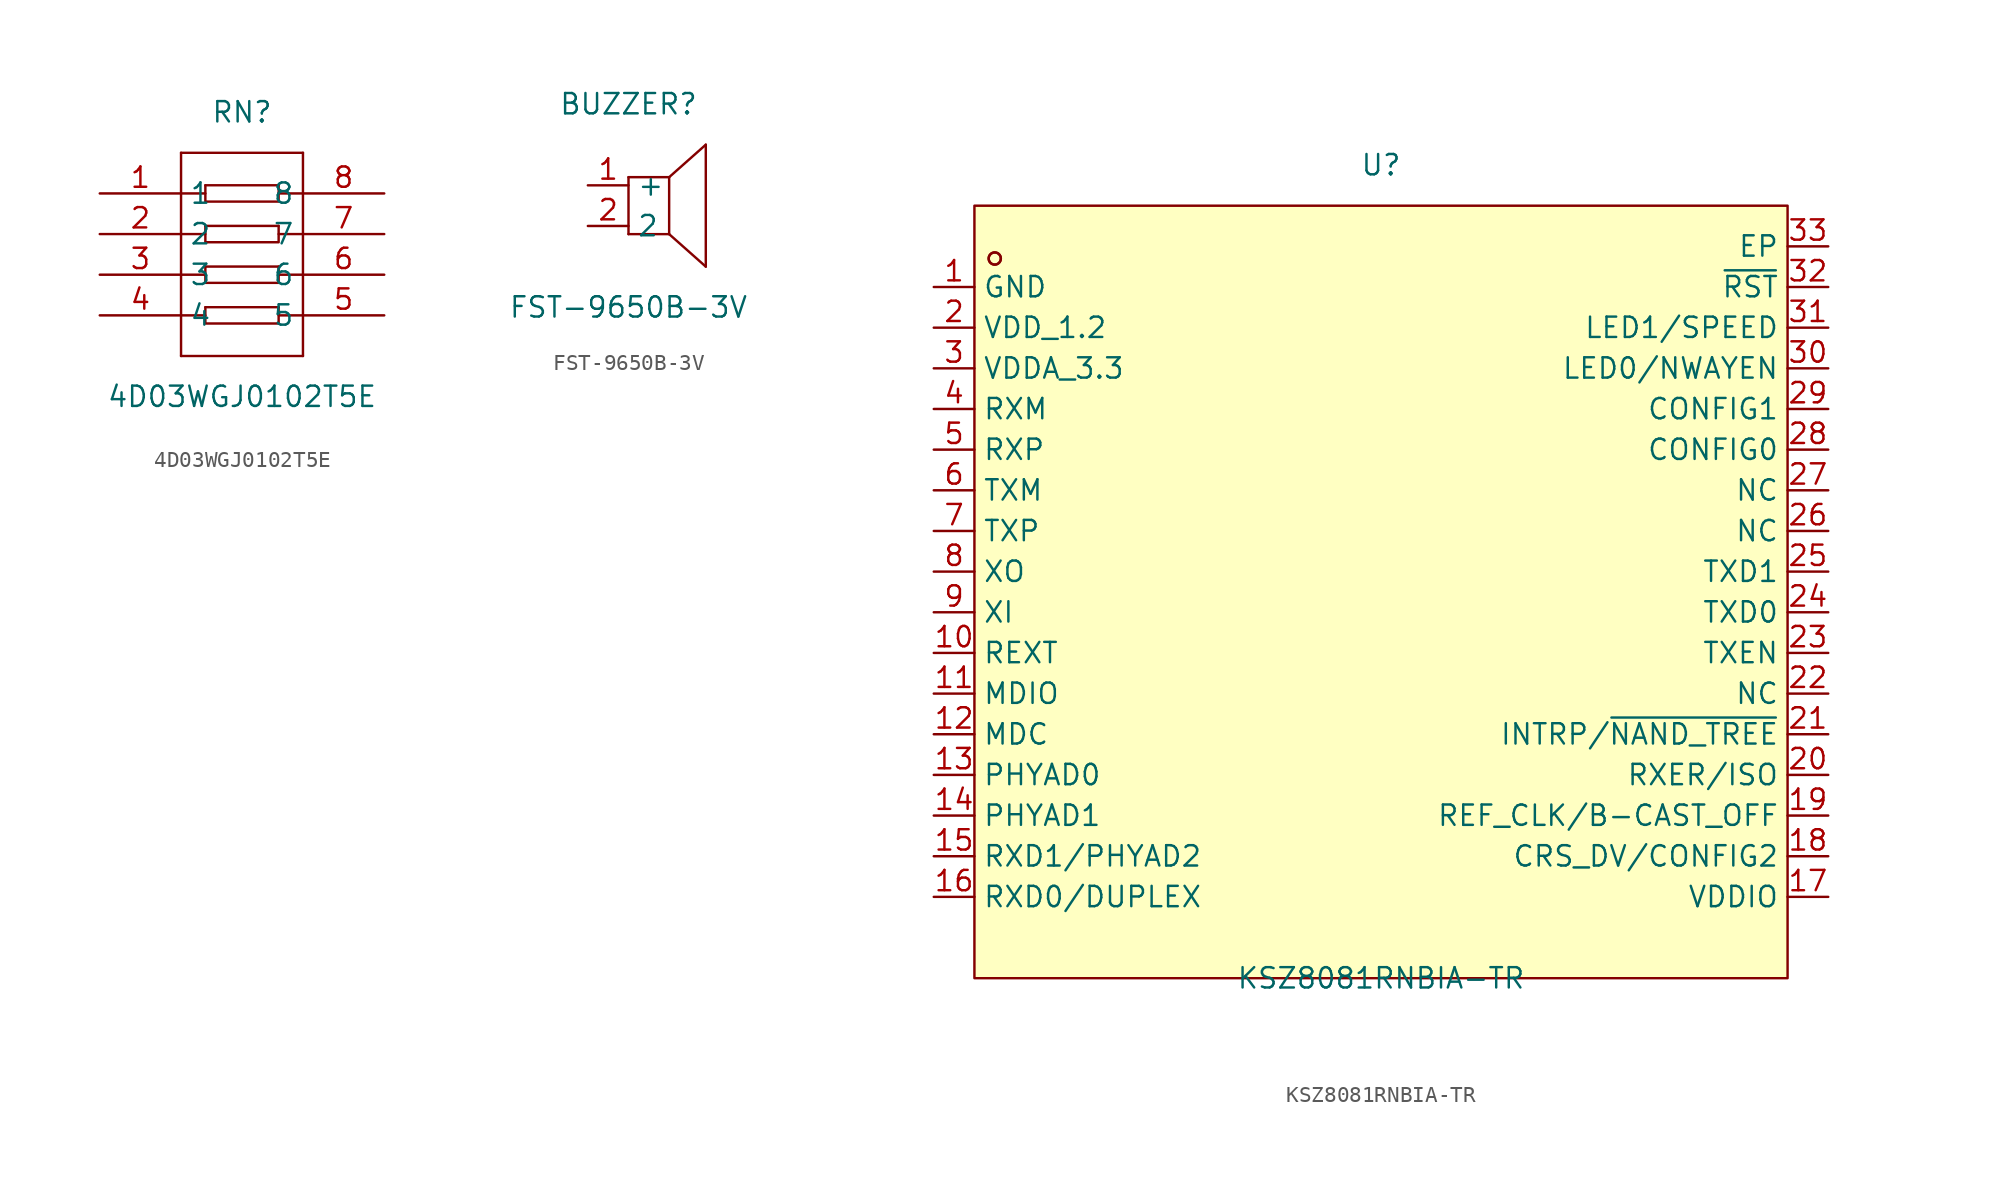
<source format=kicad_sym>
(kicad_symbol_lib
  (version 20211014)
  (generator https://github.com/uPesy/easyeda2kicad.py)
  (symbol "4D03WGJ0102T5E"
    (property "Reference" "RN"
      (at 0 8.89 0)
      (effects (font (size 1.27 1.27))))
    (property "Value" "4D03WGJ0102T5E"
      (at 0 -8.89 0)
      (effects (font (size 1.27 1.27))))
    (symbol "4D03WGJ0102T5E_0_1"
      (polyline (pts (xy -3.81 -3.81) (xy -2.29 -3.81)) (stroke (width 0) (type default) (color 0 0 0 0)) (fill (type none)))
      (polyline (pts (xy -3.81 6.35) (xy -3.81 -6.35)) (stroke (width 0) (type default) (color 0 0 0 0)) (fill (type none)))
      (polyline (pts (xy 3.81 6.35) (xy 3.81 -6.35)) (stroke (width 0) (type default) (color 0 0 0 0)) (fill (type none)))
      (polyline (pts (xy -3.81 3.81) (xy -2.29 3.81)) (stroke (width 0) (type default) (color 0 0 0 0)) (fill (type none)))
      (polyline (pts (xy -3.81 -1.27) (xy -2.29 -1.27)) (stroke (width 0) (type default) (color 0 0 0 0)) (fill (type none)))
      (polyline (pts (xy -3.81 6.35) (xy 3.81 6.35)) (stroke (width 0) (type default) (color 0 0 0 0)) (fill (type none)))
      (polyline (pts (xy -3.81 1.27) (xy -2.29 1.27)) (stroke (width 0) (type default) (color 0 0 0 0)) (fill (type none)))
      (polyline (pts (xy -2.29 4.32) (xy 2.29 4.32)) (stroke (width 0) (type default) (color 0 0 0 0)) (fill (type none)))
      (polyline (pts (xy -2.29 4.32) (xy -2.29 3.30) (xy 2.29 3.30) (xy 2.29 4.32)) (stroke (width 0) (type default) (color 0 0 0 0)) (fill (type none)))
      (polyline (pts (xy -2.29 1.78) (xy 2.29 1.78)) (stroke (width 0) (type default) (color 0 0 0 0)) (fill (type none)))
      (polyline (pts (xy -2.29 1.78) (xy -2.29 0.76) (xy 2.29 0.76) (xy 2.29 1.78)) (stroke (width 0) (type default) (color 0 0 0 0)) (fill (type none)))
      (polyline (pts (xy -2.29 -0.76) (xy 2.29 -0.76)) (stroke (width 0) (type default) (color 0 0 0 0)) (fill (type none)))
      (polyline (pts (xy -2.29 -0.76) (xy -2.29 -1.78) (xy 2.29 -1.78) (xy 2.29 -0.76)) (stroke (width 0) (type default) (color 0 0 0 0)) (fill (type none)))
      (polyline (pts (xy -2.29 -3.30) (xy 2.29 -3.30)) (stroke (width 0) (type default) (color 0 0 0 0)) (fill (type none)))
      (polyline (pts (xy -2.29 -3.30) (xy -2.29 -4.32) (xy 2.29 -4.32) (xy 2.29 -3.30)) (stroke (width 0) (type default) (color 0 0 0 0)) (fill (type none)))
      (polyline (pts (xy 2.29 3.81) (xy 3.81 3.81)) (stroke (width 0) (type default) (color 0 0 0 0)) (fill (type none)))
      (polyline (pts (xy 2.29 1.27) (xy 3.81 1.27)) (stroke (width 0) (type default) (color 0 0 0 0)) (fill (type none)))
      (polyline (pts (xy 2.29 -1.27) (xy 3.81 -1.27)) (stroke (width 0) (type default) (color 0 0 0 0)) (fill (type none)))
      (polyline (pts (xy 2.29 -3.81) (xy 3.81 -3.81)) (stroke (width 0) (type default) (color 0 0 0 0)) (fill (type none)))
      (polyline (pts (xy -3.81 -6.35) (xy 3.81 -6.35)) (stroke (width 0) (type default) (color 0 0 0 0)) (fill (type none)))
      (pin input line (at -8.89 3.81 0) (length 5.08) (name "1" (effects (font (size 1.27 1.27)))) (number "1" (effects (font (size 1.27 1.27)))))
      (pin input line (at -8.89 1.27 0) (length 5.08) (name "2" (effects (font (size 1.27 1.27)))) (number "2" (effects (font (size 1.27 1.27)))))
      (pin input line (at -8.89 -1.27 0) (length 5.08) (name "3" (effects (font (size 1.27 1.27)))) (number "3" (effects (font (size 1.27 1.27)))))
      (pin input line (at -8.89 -3.81 0) (length 5.08) (name "4" (effects (font (size 1.27 1.27)))) (number "4" (effects (font (size 1.27 1.27)))))
      (pin input line (at 8.89 -3.81 180) (length 5.08) (name "5" (effects (font (size 1.27 1.27)))) (number "5" (effects (font (size 1.27 1.27)))))
      (pin input line (at 8.89 -1.27 180) (length 5.08) (name "6" (effects (font (size 1.27 1.27)))) (number "6" (effects (font (size 1.27 1.27)))))
      (pin input line (at 8.89 1.27 180) (length 5.08) (name "7" (effects (font (size 1.27 1.27)))) (number "7" (effects (font (size 1.27 1.27)))))
      (pin input line (at 8.89 3.81 180) (length 5.08) (name "8" (effects (font (size 1.27 1.27)))) (number "8" (effects (font (size 1.27 1.27)))))))
  (symbol "FST-9650B-3V"
    (property "Reference" "BUZZER"
      (at 0 7.62 0)
      (effects (font (size 1.27 1.27))))
    (property "Value" "FST-9650B-3V"
      (at 0 -5.08 0)
      (effects (font (size 1.27 1.27))))
    (symbol "FST-9650B-3V_0_1"
      (polyline (pts (xy 4.83 5.08) (xy 2.54 3.05)) (stroke (width 0) (type default) (color 0 0 0 0)) (fill (type none)))
      (polyline (pts (xy 2.54 -0.51) (xy 4.83 -2.54)) (stroke (width 0) (type default) (color 0 0 0 0)) (fill (type none)))
      (polyline (pts (xy 4.83 5.08) (xy 4.83 -2.54)) (stroke (width 0) (type default) (color 0 0 0 0)) (fill (type none)))
      (polyline (pts (xy 2.54 3.05) (xy 2.54 -0.51)) (stroke (width 0) (type default) (color 0 0 0 0)) (fill (type none)))
      (polyline (pts (xy 0.00 3.05) (xy 0.00 -0.51)) (stroke (width 0) (type default) (color 0 0 0 0)) (fill (type none)))
      (polyline (pts (xy 0.00 -0.51) (xy 2.54 -0.51)) (stroke (width 0) (type default) (color 0 0 0 0)) (fill (type none)))
      (polyline (pts (xy 0.00 3.05) (xy 2.54 3.05)) (stroke (width 0) (type default) (color 0 0 0 0)) (fill (type none)))
      (pin unspecified line (at -2.54 2.54 0) (length 2.54) (name "+" (effects (font (size 1.27 1.27)))) (number "1" (effects (font (size 1.27 1.27)))))
      (pin unspecified line (at -2.54 -0.00 0) (length 2.54) (name "2" (effects (font (size 1.27 1.27)))) (number "2" (effects (font (size 1.27 1.27)))))))
  (symbol "KSZ8081RNBIA-TR"
    (property "Reference" "U"
      (at 0 27.94 0)
      (effects (font (size 1.27 1.27))))
    (property "Value" "KSZ8081RNBIA-TR"
      (at 0 -22.86 0)
      (effects (font (size 1.27 1.27))))
    (symbol "KSZ8081RNBIA-TR_0_1"
      (rectangle (start -25.40 25.40) (end 25.40 -22.86) (stroke (width 0) (type default) (color 0 0 0 0)) (fill (type background)))
      (circle (center -24.13 22.10) (radius 0.38) (stroke (width 0) (type default) (color 0 0 0 0)) (fill (type none)))
      (circle (center -24.13 22.10) (radius 0.38) (stroke (width 0) (type default) (color 0 0 0 0)) (fill (type none)))
      (pin unspecified line (at -27.94 20.32 0) (length 2.54) (name "GND" (effects (font (size 1.27 1.27)))) (number "1" (effects (font (size 1.27 1.27)))))
      (pin unspecified line (at -27.94 17.78 0) (length 2.54) (name "VDD_1.2" (effects (font (size 1.27 1.27)))) (number "2" (effects (font (size 1.27 1.27)))))
      (pin unspecified line (at -27.94 15.24 0) (length 2.54) (name "VDDA_3.3" (effects (font (size 1.27 1.27)))) (number "3" (effects (font (size 1.27 1.27)))))
      (pin unspecified line (at -27.94 12.70 0) (length 2.54) (name "RXM" (effects (font (size 1.27 1.27)))) (number "4" (effects (font (size 1.27 1.27)))))
      (pin unspecified line (at -27.94 10.16 0) (length 2.54) (name "RXP" (effects (font (size 1.27 1.27)))) (number "5" (effects (font (size 1.27 1.27)))))
      (pin unspecified line (at -27.94 7.62 0) (length 2.54) (name "TXM" (effects (font (size 1.27 1.27)))) (number "6" (effects (font (size 1.27 1.27)))))
      (pin unspecified line (at -27.94 5.08 0) (length 2.54) (name "TXP" (effects (font (size 1.27 1.27)))) (number "7" (effects (font (size 1.27 1.27)))))
      (pin unspecified line (at -27.94 2.54 0) (length 2.54) (name "XO" (effects (font (size 1.27 1.27)))) (number "8" (effects (font (size 1.27 1.27)))))
      (pin unspecified line (at -27.94 -0.00 0) (length 2.54) (name "XI" (effects (font (size 1.27 1.27)))) (number "9" (effects (font (size 1.27 1.27)))))
      (pin unspecified line (at -27.94 -2.54 0) (length 2.54) (name "REXT" (effects (font (size 1.27 1.27)))) (number "10" (effects (font (size 1.27 1.27)))))
      (pin unspecified line (at -27.94 -5.08 0) (length 2.54) (name "MDIO" (effects (font (size 1.27 1.27)))) (number "11" (effects (font (size 1.27 1.27)))))
      (pin unspecified line (at -27.94 -7.62 0) (length 2.54) (name "MDC" (effects (font (size 1.27 1.27)))) (number "12" (effects (font (size 1.27 1.27)))))
      (pin unspecified line (at -27.94 -10.16 0) (length 2.54) (name "PHYAD0" (effects (font (size 1.27 1.27)))) (number "13" (effects (font (size 1.27 1.27)))))
      (pin unspecified line (at -27.94 -12.70 0) (length 2.54) (name "PHYAD1" (effects (font (size 1.27 1.27)))) (number "14" (effects (font (size 1.27 1.27)))))
      (pin unspecified line (at -27.94 -15.24 0) (length 2.54) (name "RXD1/PHYAD2" (effects (font (size 1.27 1.27)))) (number "15" (effects (font (size 1.27 1.27)))))
      (pin unspecified line (at -27.94 -17.78 0) (length 2.54) (name "RXD0/DUPLEX" (effects (font (size 1.27 1.27)))) (number "16" (effects (font (size 1.27 1.27)))))
      (pin unspecified line (at 27.94 -17.78 180) (length 2.54) (name "VDDIO" (effects (font (size 1.27 1.27)))) (number "17" (effects (font (size 1.27 1.27)))))
      (pin unspecified line (at 27.94 -15.24 180) (length 2.54) (name "CRS_DV/CONFIG2" (effects (font (size 1.27 1.27)))) (number "18" (effects (font (size 1.27 1.27)))))
      (pin unspecified line (at 27.94 -12.70 180) (length 2.54) (name "REF_CLK/B-CAST_OFF" (effects (font (size 1.27 1.27)))) (number "19" (effects (font (size 1.27 1.27)))))
      (pin unspecified line (at 27.94 -10.16 180) (length 2.54) (name "RXER/ISO" (effects (font (size 1.27 1.27)))) (number "20" (effects (font (size 1.27 1.27)))))
      (pin unspecified line (at 27.94 -7.62 180) (length 2.54) (name "INTRP/~{NAND_TREE}" (effects (font (size 1.27 1.27)))) (number "21" (effects (font (size 1.27 1.27)))))
      (pin unspecified line (at 27.94 -5.08 180) (length 2.54) (name "NC" (effects (font (size 1.27 1.27)))) (number "22" (effects (font (size 1.27 1.27)))))
      (pin unspecified line (at 27.94 -2.54 180) (length 2.54) (name "TXEN" (effects (font (size 1.27 1.27)))) (number "23" (effects (font (size 1.27 1.27)))))
      (pin unspecified line (at 27.94 -0.00 180) (length 2.54) (name "TXD0" (effects (font (size 1.27 1.27)))) (number "24" (effects (font (size 1.27 1.27)))))
      (pin unspecified line (at 27.94 2.54 180) (length 2.54) (name "TXD1" (effects (font (size 1.27 1.27)))) (number "25" (effects (font (size 1.27 1.27)))))
      (pin unspecified line (at 27.94 5.08 180) (length 2.54) (name "NC" (effects (font (size 1.27 1.27)))) (number "26" (effects (font (size 1.27 1.27)))))
      (pin unspecified line (at 27.94 7.62 180) (length 2.54) (name "NC" (effects (font (size 1.27 1.27)))) (number "27" (effects (font (size 1.27 1.27)))))
      (pin unspecified line (at 27.94 10.16 180) (length 2.54) (name "CONFIG0" (effects (font (size 1.27 1.27)))) (number "28" (effects (font (size 1.27 1.27)))))
      (pin unspecified line (at 27.94 12.70 180) (length 2.54) (name "CONFIG1" (effects (font (size 1.27 1.27)))) (number "29" (effects (font (size 1.27 1.27)))))
      (pin unspecified line (at 27.94 15.24 180) (length 2.54) (name "LED0/NWAYEN" (effects (font (size 1.27 1.27)))) (number "30" (effects (font (size 1.27 1.27)))))
      (pin unspecified line (at 27.94 17.78 180) (length 2.54) (name "LED1/SPEED" (effects (font (size 1.27 1.27)))) (number "31" (effects (font (size 1.27 1.27)))))
      (pin unspecified line (at 27.94 20.32 180) (length 2.54) (name "~{RST}" (effects (font (size 1.27 1.27)))) (number "32" (effects (font (size 1.27 1.27)))))
      (pin unspecified line (at 27.94 22.86 180) (length 2.54) (name "EP" (effects (font (size 1.27 1.27)))) (number "33" (effects (font (size 1.27 1.27))))))))
</source>
